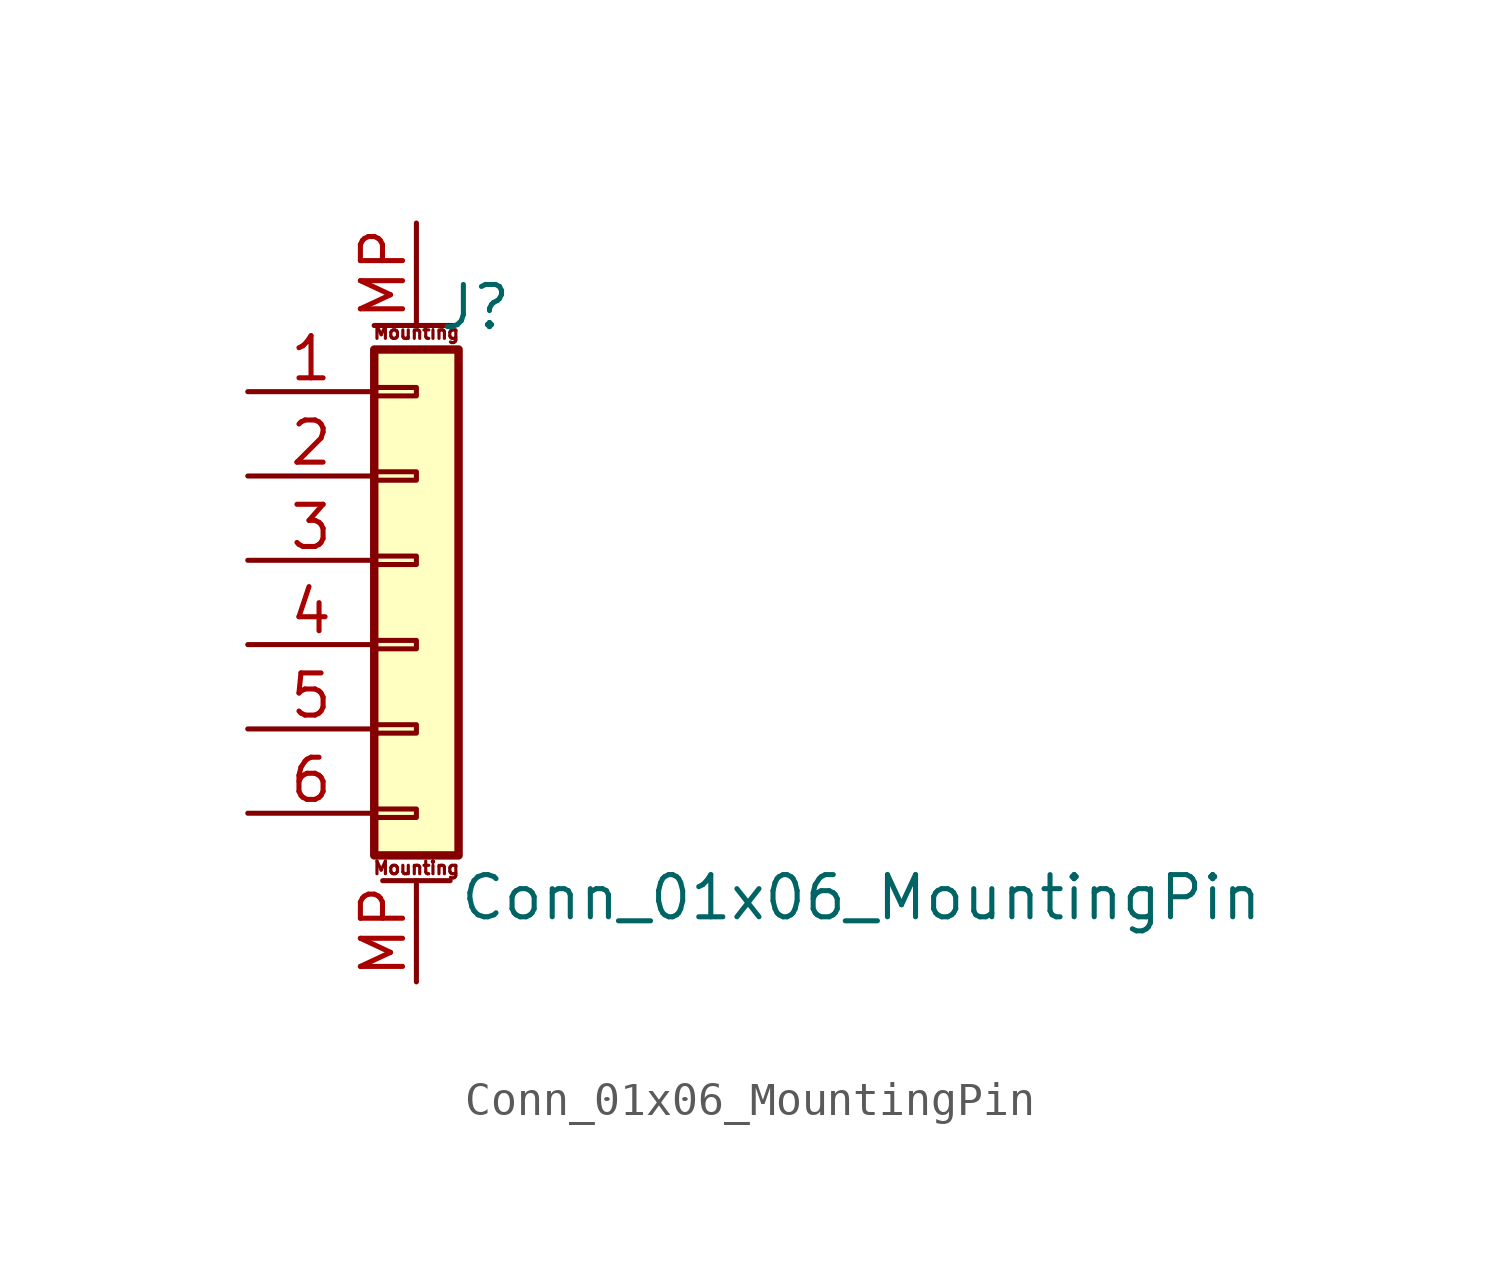
<source format=kicad_sym>
(kicad_symbol_lib
  (version 20241209)
  (generator "kicad_symbol_editor")
  (generator_version "9.0")
  (symbol "Conn_01x06_MountingPin"
    (pin_names
      (offset 1.016)
      (hide yes))
    (property "Reference" "J"
      (at 1.778 7.62 0)
      (effects (font (size 1.27 1.27))))
    (property "Value" "Conn_01x06_MountingPin"
      (at 1.27 -10.16 0)
      (effects (font (size 1.27 1.27)) (justify left)))
    (symbol "Conn_01x06_MountingPin_0_1"
      (polyline (pts (xy 1.124 7.074) (xy -1.274 7.074)) (stroke (width 0) (type default)) (fill (type none))))
    (symbol "Conn_01x06_MountingPin_1_1"
      (rectangle (start -1.27 6.35) (end 1.27 -8.89) (stroke (width 0.254) (type default)) (fill (type background)))
      (rectangle (start -1.27 5.207) (end 0 4.953) (stroke (width 0.152) (type default)) (fill (type none)))
      (rectangle (start -1.27 2.667) (end 0 2.413) (stroke (width 0.152) (type default)) (fill (type none)))
      (rectangle (start -1.27 0.127) (end 0 -0.127) (stroke (width 0.152) (type default)) (fill (type none)))
      (rectangle (start -1.27 -2.413) (end 0 -2.667) (stroke (width 0.152) (type default)) (fill (type none)))
      (rectangle (start -1.27 -4.953) (end 0 -5.207) (stroke (width 0.152) (type default)) (fill (type none)))
      (rectangle (start -1.27 -7.493) (end 0 -7.747) (stroke (width 0.152) (type default)) (fill (type none)))
      (polyline (pts (xy -1.016 -9.652) (xy 1.016 -9.652)) (stroke (width 0.152) (type default)) (fill (type none)))
      (text "Mounting" (at 0 6.858 0) (effects (font (size 0.381 0.381))))
      (text "Mounting" (at 0 -9.271 0) (effects (font (size 0.381 0.381))))
      (pin passive line (at -5.08 5.08 0) (length 3.81) (name "Pin_1" (effects (font (size 1.27 1.27)))) (number "1" (effects (font (size 1.27 1.27)))))
      (pin passive line (at -5.08 2.54 0) (length 3.81) (name "Pin_2" (effects (font (size 1.27 1.27)))) (number "2" (effects (font (size 1.27 1.27)))))
      (pin passive line (at -5.08 0 0) (length 3.81) (name "Pin_3" (effects (font (size 1.27 1.27)))) (number "3" (effects (font (size 1.27 1.27)))))
      (pin passive line (at -5.08 -2.54 0) (length 3.81) (name "Pin_4" (effects (font (size 1.27 1.27)))) (number "4" (effects (font (size 1.27 1.27)))))
      (pin passive line (at -5.08 -5.08 0) (length 3.81) (name "Pin_5" (effects (font (size 1.27 1.27)))) (number "5" (effects (font (size 1.27 1.27)))))
      (pin passive line (at -5.08 -7.62 0) (length 3.81) (name "Pin_6" (effects (font (size 1.27 1.27)))) (number "6" (effects (font (size 1.27 1.27)))))
      (pin passive line (at 0 10.16 270) (length 3.048) (name "MountPin" (effects (font (size 1.27 1.27)))) (number "MP" (effects (font (size 1.27 1.27)))))
      (pin passive line (at 0 -12.7 90) (length 3.048) (name "MountPin" (effects (font (size 1.27 1.27)))) (number "MP" (effects (font (size 1.27 1.27))))))))
</source>
